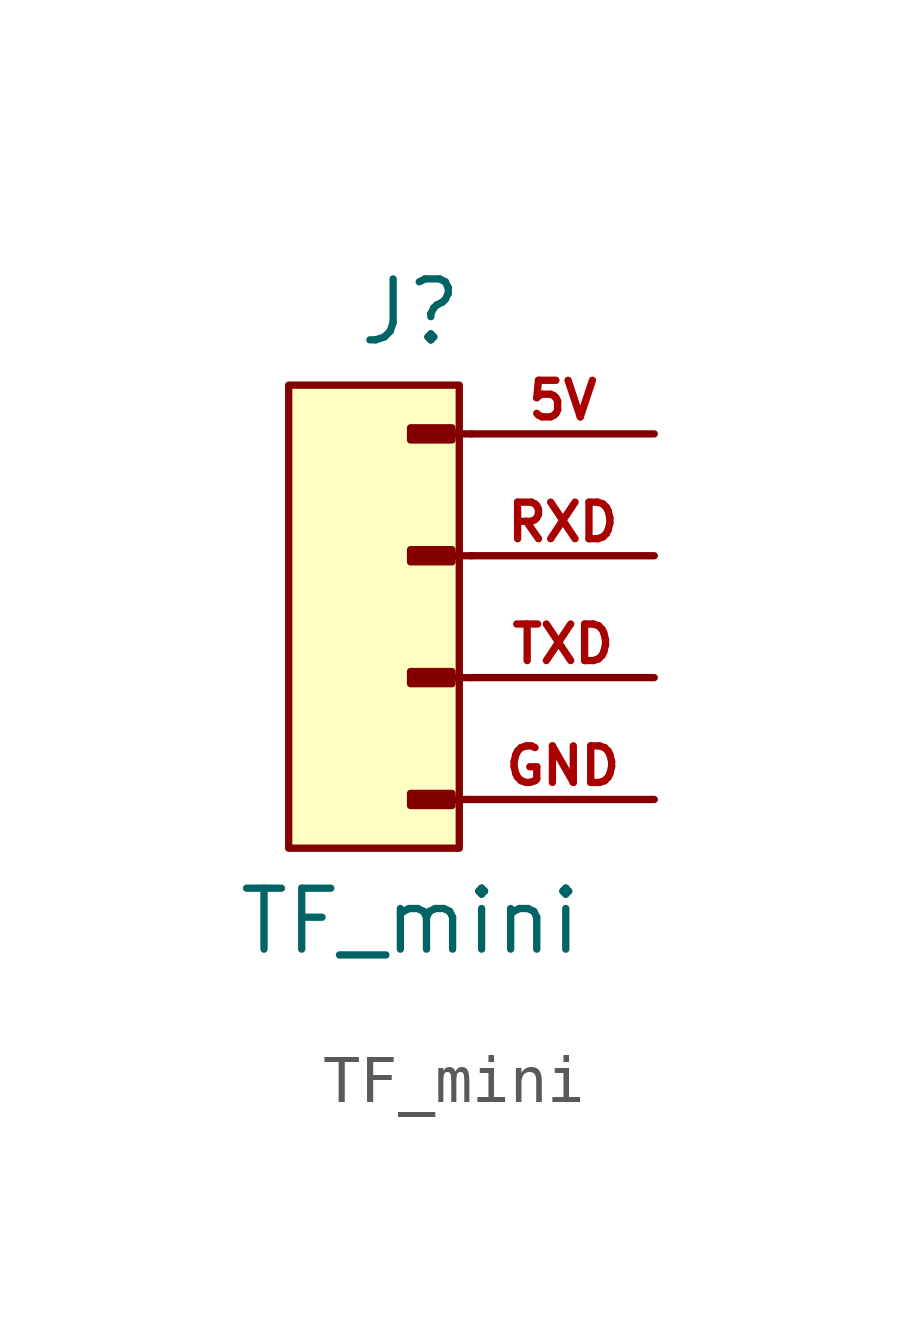
<source format=kicad_sym>
(kicad_symbol_lib
  (version 20241209)
  (generator "kicad_symbol_editor")
  (generator_version "9.0")
  (symbol "TF_mini"
    (pin_names
      (offset 1.016)
      (hide yes))
    (property "Reference" "J"
      (at 0 5.08 0)
      (effects (font (size 1.27 1.27))))
    (property "Value" "TF_mini"
      (at 0 -7.62 0)
      (effects (font (size 1.27 1.27))))
    (property "ki_locked" ""
      (at 0 0 0)
      (effects (font (size 1.27 1.27))))
    (symbol "TF_mini_1_1"
      (rectangle (start -2.54 3.556) (end 1.016 -6.096) (stroke (width 0) (type solid)) (fill (type background)))
      (rectangle (start 0.864 2.667) (end 0 2.413) (stroke (width 0.152) (type default)) (fill (type outline)))
      (rectangle (start 0.864 0.127) (end 0 -0.127) (stroke (width 0.152) (type default)) (fill (type outline)))
      (rectangle (start 0.864 -2.413) (end 0 -2.667) (stroke (width 0.152) (type default)) (fill (type outline)))
      (rectangle (start 0.864 -4.953) (end 0 -5.207) (stroke (width 0.152) (type default)) (fill (type outline)))
      (polyline (pts (xy 1.27 2.54) (xy 0.864 2.54)) (stroke (width 0.152) (type default)) (fill (type none)))
      (polyline (pts (xy 1.27 0) (xy 0.864 0)) (stroke (width 0.152) (type default)) (fill (type none)))
      (polyline (pts (xy 1.27 -2.54) (xy 0.864 -2.54)) (stroke (width 0.152) (type default)) (fill (type none)))
      (polyline (pts (xy 1.27 -5.08) (xy 0.864 -5.08)) (stroke (width 0.152) (type default)) (fill (type none)))
      (pin passive line (at 5.08 2.54 180) (length 3.81) (name "Pin_1" (effects (font (size 1.27 1.27)))) (number "5V" (effects (font (size 0.762 0.762)))))
      (pin passive line (at 5.08 0 180) (length 3.81) (name "Pin_2" (effects (font (size 1.27 1.27)))) (number "RXD" (effects (font (size 0.762 0.762)))))
      (pin passive line (at 5.08 -2.54 180) (length 3.81) (name "Pin_3" (effects (font (size 1.27 1.27)))) (number "TXD" (effects (font (size 0.762 0.762)))))
      (pin passive line (at 5.08 -5.08 180) (length 3.81) (name "Pin_4" (effects (font (size 1.27 1.27)))) (number "GND" (effects (font (size 0.762 0.762))))))))
</source>
